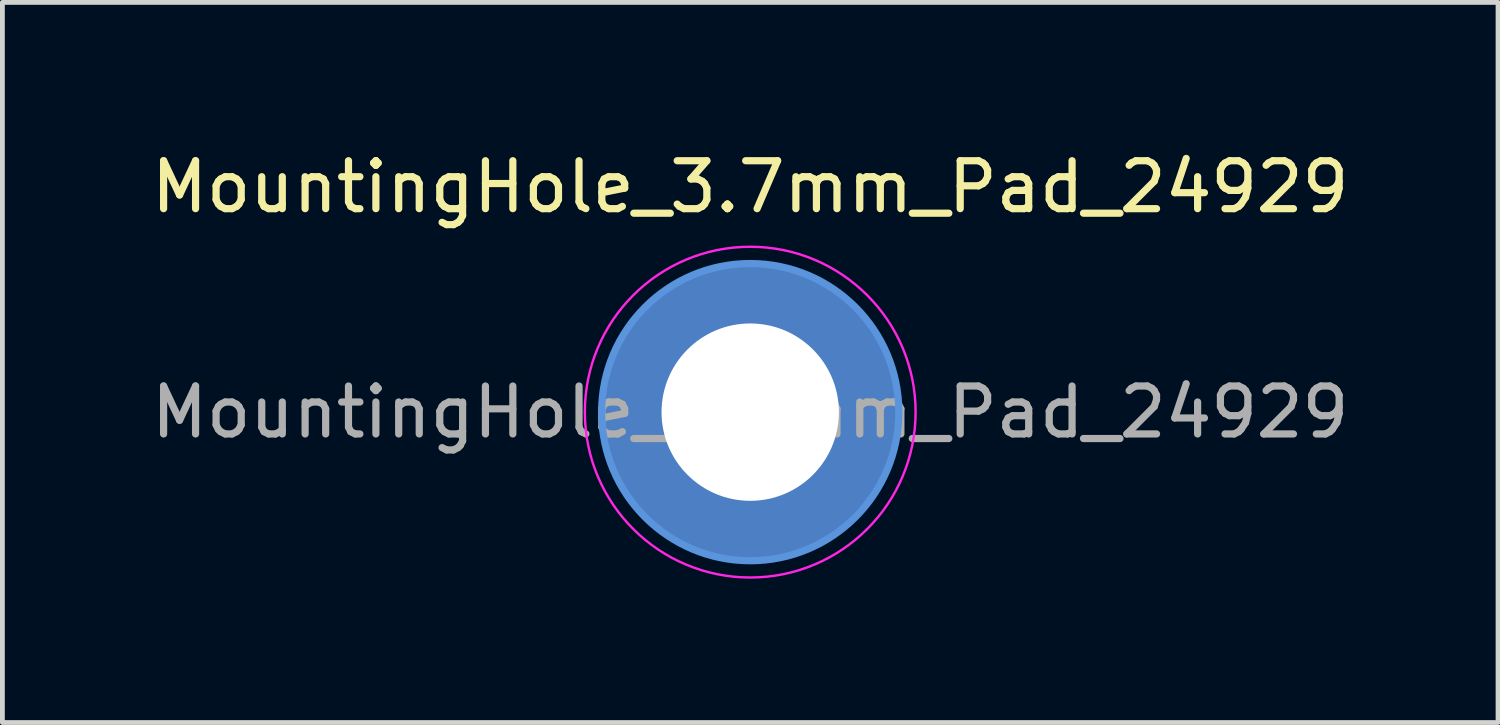
<source format=kicad_pcb>
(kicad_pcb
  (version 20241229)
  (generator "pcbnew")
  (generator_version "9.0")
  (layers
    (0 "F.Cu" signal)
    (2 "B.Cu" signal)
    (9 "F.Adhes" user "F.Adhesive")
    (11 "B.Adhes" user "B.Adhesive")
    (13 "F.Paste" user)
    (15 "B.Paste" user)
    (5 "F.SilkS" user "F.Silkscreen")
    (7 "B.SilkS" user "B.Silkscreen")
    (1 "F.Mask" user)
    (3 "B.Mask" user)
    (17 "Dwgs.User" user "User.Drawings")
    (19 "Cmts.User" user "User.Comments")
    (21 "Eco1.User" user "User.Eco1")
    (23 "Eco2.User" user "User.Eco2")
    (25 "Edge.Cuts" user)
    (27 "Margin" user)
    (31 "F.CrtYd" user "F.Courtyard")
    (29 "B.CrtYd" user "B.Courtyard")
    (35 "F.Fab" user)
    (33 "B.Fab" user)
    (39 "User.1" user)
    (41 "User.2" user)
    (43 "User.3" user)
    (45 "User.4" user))
  (footprint "MountingHole_3.7mm_Pad_24929"
    (layer "F.Cu")
    (at 12.601 5.548)
    (property "Reference" "MountingHole_3.7mm_Pad_24929" (at 0 -4.7 0) (layer "F.SilkS") (effects (font (size 1 1) (thickness 0.15))))
    (fp_circle (center 0 0) (end 3.1 0) (stroke (width 0.15) (type solid)) (fill no) (layer "Cmts.User"))
    (fp_circle (center 0 0) (end 3.45 0) (stroke (width 0.05) (type solid)) (fill no) (layer "F.CrtYd"))
    (fp_text user "${REFERENCE}" (at 0 0 0) (layer "F.Fab") (effects (font (size 1 1) (thickness 0.15))))
    (pad "1" thru_hole circle (at 0 0) (size 6.2 6.2) (drill 3.7) (layers "*.Cu" "*.Mask" "F.Paste")))
  (gr_rect
    (start -3 -3)
    (end 28.202 12.023)
    (stroke (width 0.1) (type default))
    (fill no)
    (layer "Edge.Cuts")))
</source>
